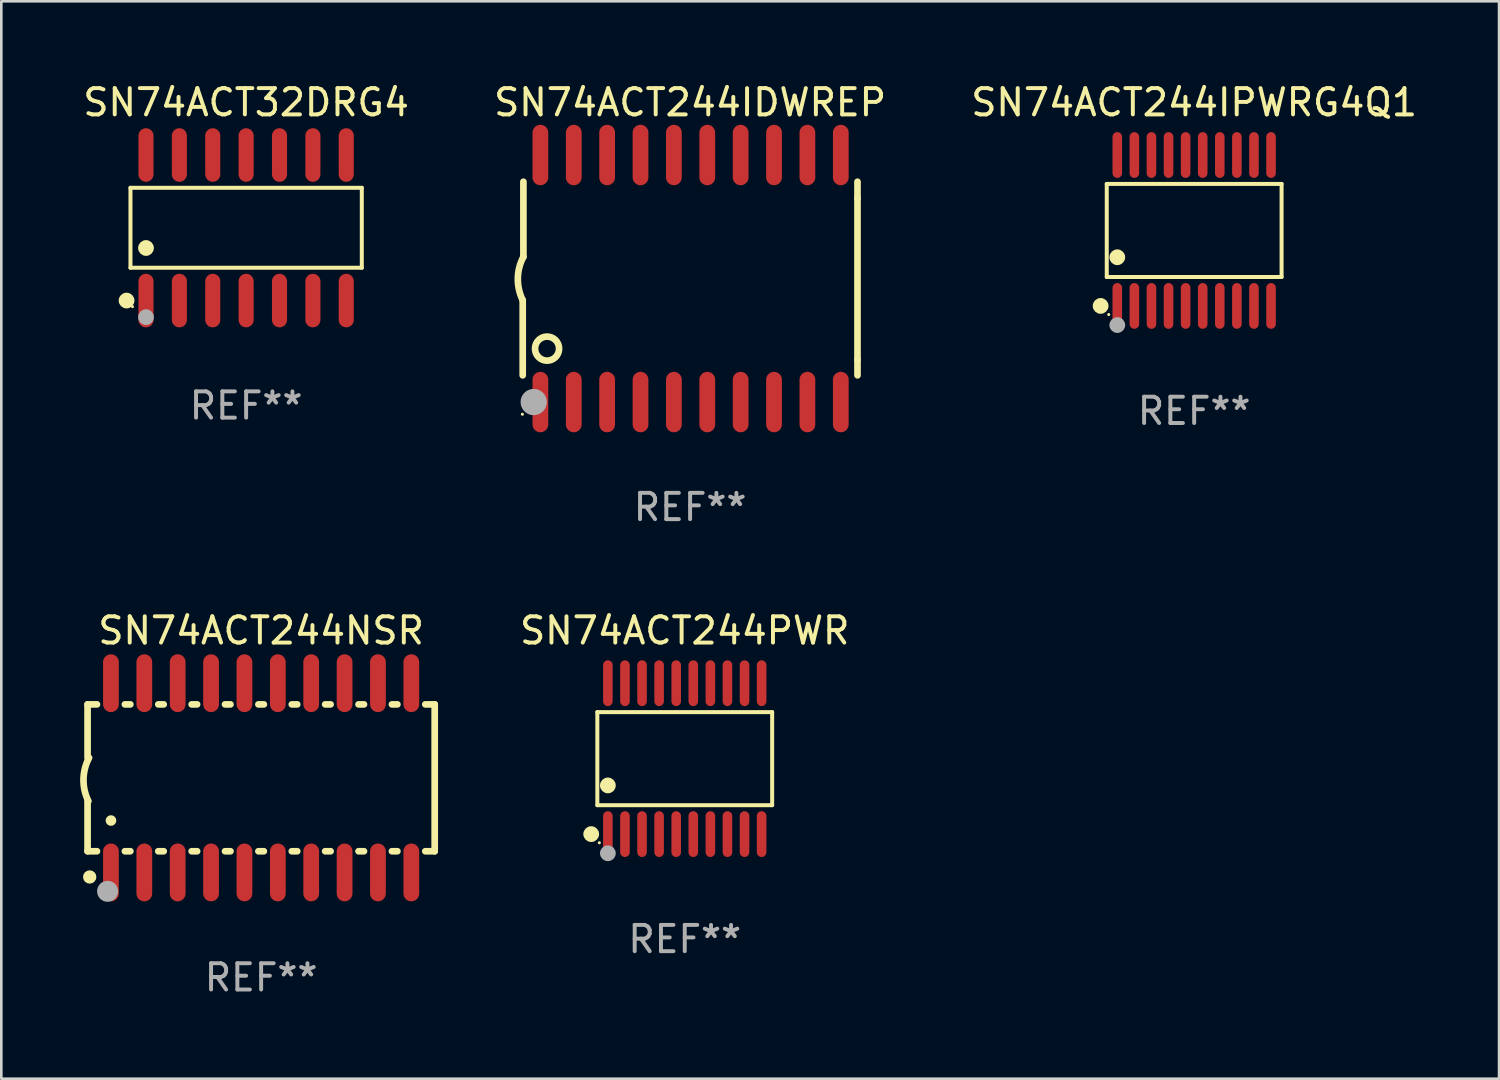
<source format=kicad_pcb>
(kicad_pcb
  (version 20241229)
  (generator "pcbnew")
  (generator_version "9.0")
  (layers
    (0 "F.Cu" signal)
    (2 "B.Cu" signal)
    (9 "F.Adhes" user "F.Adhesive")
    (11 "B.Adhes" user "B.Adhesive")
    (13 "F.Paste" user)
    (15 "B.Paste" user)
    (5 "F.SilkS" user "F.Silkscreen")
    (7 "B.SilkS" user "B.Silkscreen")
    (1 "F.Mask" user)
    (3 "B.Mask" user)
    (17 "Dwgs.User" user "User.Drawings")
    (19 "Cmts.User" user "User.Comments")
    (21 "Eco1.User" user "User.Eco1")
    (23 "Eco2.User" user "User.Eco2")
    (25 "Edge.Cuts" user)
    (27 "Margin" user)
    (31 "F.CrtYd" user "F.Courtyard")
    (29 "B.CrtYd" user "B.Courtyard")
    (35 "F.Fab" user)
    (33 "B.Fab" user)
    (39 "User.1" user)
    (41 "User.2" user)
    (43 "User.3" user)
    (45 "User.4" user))
  (footprint "SN74ACT32DRG4"
    (layer "F.Cu")
    (at 6.315 5.617)
    (property "Reference" "SN74ACT32DRG4" (at 0 -4.769 0) (layer "F.SilkS") (effects (font (size 1 1) (thickness 0.15))))
    (attr through_hole)
    (fp_line (start -4.401 -1.521) (end 4.401 -1.521) (stroke (width 0.152) (type solid)) (layer "F.SilkS"))
    (fp_line (start -4.401 1.521) (end -4.401 -1.521) (stroke (width 0.152) (type solid)) (layer "F.SilkS"))
    (fp_line (start 4.401 -1.521) (end 4.401 1.521) (stroke (width 0.152) (type solid)) (layer "F.SilkS"))
    (fp_line (start 4.401 1.521) (end -4.401 1.521) (stroke (width 0.152) (type solid)) (layer "F.SilkS"))
    (fp_circle (center -4.549 2.769) (end -4.399 2.769) (stroke (width 0.3) (type solid)) (fill no) (layer "F.SilkS"))
    (fp_circle (center -4.325 3) (end -4.295 3) (stroke (width 0.06) (type solid)) (fill no) (layer "F.SilkS"))
    (fp_circle (center -3.81 0.769) (end -3.66 0.769) (stroke (width 0.3) (type solid)) (fill no) (layer "F.SilkS"))
    (fp_circle (center -3.81 3.4) (end -3.66 3.4) (stroke (width 0.3) (type solid)) (fill no) (layer "F.Fab"))
    (fp_text user "REF**" (at 0 6.769 0) (layer "F.Fab") (effects (font (size 1 1) (thickness 0.15))))
    (pad "1" smd oval (at -3.81 2.769) (size 0.574 2.038) (layers "F.Cu" "F.Mask" "F.Paste"))
    (pad "2" smd oval (at -2.54 2.769) (size 0.574 2.038) (layers "F.Cu" "F.Mask" "F.Paste"))
    (pad "3" smd oval (at -1.27 2.769) (size 0.574 2.038) (layers "F.Cu" "F.Mask" "F.Paste"))
    (pad "4" smd oval (at 0 2.769) (size 0.574 2.038) (layers "F.Cu" "F.Mask" "F.Paste"))
    (pad "5" smd oval (at 1.27 2.769) (size 0.574 2.038) (layers "F.Cu" "F.Mask" "F.Paste"))
    (pad "6" smd oval (at 2.54 2.769) (size 0.574 2.038) (layers "F.Cu" "F.Mask" "F.Paste"))
    (pad "7" smd oval (at 3.81 2.769) (size 0.574 2.038) (layers "F.Cu" "F.Mask" "F.Paste"))
    (pad "8" smd oval (at 3.81 -2.769) (size 0.574 2.038) (layers "F.Cu" "F.Mask" "F.Paste"))
    (pad "9" smd oval (at 2.54 -2.769) (size 0.574 2.038) (layers "F.Cu" "F.Mask" "F.Paste"))
    (pad "10" smd oval (at 1.27 -2.769) (size 0.574 2.038) (layers "F.Cu" "F.Mask" "F.Paste"))
    (pad "11" smd oval (at 0 -2.769) (size 0.574 2.038) (layers "F.Cu" "F.Mask" "F.Paste"))
    (pad "12" smd oval (at -1.27 -2.769) (size 0.574 2.038) (layers "F.Cu" "F.Mask" "F.Paste"))
    (pad "13" smd oval (at -2.54 -2.769) (size 0.574 2.038) (layers "F.Cu" "F.Mask" "F.Paste"))
    (pad "14" smd oval (at -3.81 -2.769) (size 0.574 2.038) (layers "F.Cu" "F.Mask" "F.Paste")))
  (footprint "SN74ACT244IDWREP"
    (layer "F.Cu")
    (at 23.208 7.548)
    (property "Reference" "SN74ACT244IDWREP" (at 0 -6.7 0) (layer "F.SilkS") (effects (font (size 1 1) (thickness 0.15))))
    (attr through_hole)
    (fp_line (start -6.369 0.826) (end -6.369 3.683) (stroke (width 0.254) (type solid)) (layer "F.SilkS"))
    (fp_line (start -6.343 -0.825) (end -6.343 -3.683) (stroke (width 0.254) (type solid)) (layer "F.SilkS"))
    (fp_line (start 6.369 -3.048) (end 6.369 -3.683) (stroke (width 0.254) (type solid)) (layer "F.SilkS"))
    (fp_line (start 6.369 -3.048) (end 6.369 3.096) (stroke (width 0.254) (type solid)) (layer "F.SilkS"))
    (fp_line (start 6.369 3.096) (end 6.369 3.683) (stroke (width 0.254) (type solid)) (layer "F.SilkS"))
    (fp_arc (start -6.36853 0.825552) (mid -6.554743 -0.00301) (end -6.343129 -0.825451) (stroke (width 0.254001) (type solid)) (layer "F.SilkS"))
    (fp_circle (center -6.382 5.163) (end -6.352 5.163) (stroke (width 0.06) (type solid)) (fill no) (layer "F.SilkS"))
    (fp_circle (center -5.443 2.667) (end -4.985 2.667) (stroke (width 0.254) (type solid)) (fill no) (layer "F.SilkS"))
    (fp_circle (center -5.951 4.699) (end -5.701 4.699) (stroke (width 0.5) (type solid)) (fill no) (layer "F.Fab"))
    (fp_text user "REF**" (at 0 8.7 0) (layer "F.Fab") (effects (font (size 1 1) (thickness 0.15))))
    (pad "1" smd oval (at -5.697 4.7 180) (size 0.6 2.3) (layers "F.Cu" "F.Mask" "F.Paste"))
    (pad "2" smd oval (at -4.427 4.7 180) (size 0.6 2.3) (layers "F.Cu" "F.Mask" "F.Paste"))
    (pad "3" smd oval (at -3.157 4.7 180) (size 0.6 2.3) (layers "F.Cu" "F.Mask" "F.Paste"))
    (pad "4" smd oval (at -1.887 4.7 180) (size 0.6 2.3) (layers "F.Cu" "F.Mask" "F.Paste"))
    (pad "5" smd oval (at -0.617 4.7 180) (size 0.6 2.3) (layers "F.Cu" "F.Mask" "F.Paste"))
    (pad "6" smd oval (at 0.653 4.7 180) (size 0.6 2.3) (layers "F.Cu" "F.Mask" "F.Paste"))
    (pad "7" smd oval (at 1.923 4.7 180) (size 0.6 2.3) (layers "F.Cu" "F.Mask" "F.Paste"))
    (pad "8" smd oval (at 3.193 4.7 180) (size 0.6 2.3) (layers "F.Cu" "F.Mask" "F.Paste"))
    (pad "9" smd oval (at 4.463 4.7 180) (size 0.6 2.3) (layers "F.Cu" "F.Mask" "F.Paste"))
    (pad "10" smd oval (at 5.734 4.7 180) (size 0.6 2.3) (layers "F.Cu" "F.Mask" "F.Paste"))
    (pad "11" smd oval (at 5.734 -4.7 180) (size 0.6 2.3) (layers "F.Cu" "F.Mask" "F.Paste"))
    (pad "12" smd oval (at 4.463 -4.7 180) (size 0.6 2.3) (layers "F.Cu" "F.Mask" "F.Paste"))
    (pad "13" smd oval (at 3.193 -4.7 180) (size 0.6 2.3) (layers "F.Cu" "F.Mask" "F.Paste"))
    (pad "14" smd oval (at 1.923 -4.7 180) (size 0.6 2.3) (layers "F.Cu" "F.Mask" "F.Paste"))
    (pad "15" smd oval (at 0.653 -4.7 180) (size 0.6 2.3) (layers "F.Cu" "F.Mask" "F.Paste"))
    (pad "16" smd oval (at -0.617 -4.7 180) (size 0.6 2.3) (layers "F.Cu" "F.Mask" "F.Paste"))
    (pad "17" smd oval (at -1.887 -4.7 180) (size 0.6 2.3) (layers "F.Cu" "F.Mask" "F.Paste"))
    (pad "18" smd oval (at -3.157 -4.7 180) (size 0.6 2.3) (layers "F.Cu" "F.Mask" "F.Paste"))
    (pad "19" smd oval (at -4.427 -4.7 180) (size 0.6 2.3) (layers "F.Cu" "F.Mask" "F.Paste"))
    (pad "20" smd oval (at -5.697 -4.7 180) (size 0.6 2.3) (layers "F.Cu" "F.Mask" "F.Paste")))
  (footprint "SN74ACT244PWR"
    (layer "F.Cu")
    (at 23.004 25.816)
    (property "Reference" "SN74ACT244PWR" (at 0 -4.871 0) (layer "F.SilkS") (effects (font (size 1 1) (thickness 0.15))))
    (attr through_hole)
    (fp_line (start -3.326 -1.771) (end 3.326 -1.771) (stroke (width 0.152) (type solid)) (layer "F.SilkS"))
    (fp_line (start -3.326 1.771) (end -3.326 -1.771) (stroke (width 0.152) (type solid)) (layer "F.SilkS"))
    (fp_line (start 3.326 -1.771) (end 3.326 1.771) (stroke (width 0.152) (type solid)) (layer "F.SilkS"))
    (fp_line (start 3.326 1.771) (end -3.326 1.771) (stroke (width 0.152) (type solid)) (layer "F.SilkS"))
    (fp_circle (center -3.559 2.871) (end -3.409 2.871) (stroke (width 0.3) (type solid)) (fill no) (layer "F.SilkS"))
    (fp_circle (center -3.25 3.2) (end -3.22 3.2) (stroke (width 0.06) (type solid)) (fill no) (layer "F.SilkS"))
    (fp_circle (center -2.925 1.019) (end -2.775 1.019) (stroke (width 0.3) (type solid)) (fill no) (layer "F.SilkS"))
    (fp_circle (center -2.925 3.6) (end -2.775 3.6) (stroke (width 0.3) (type solid)) (fill no) (layer "F.Fab"))
    (fp_text user "REF**" (at 0 6.871 0) (layer "F.Fab") (effects (font (size 1 1) (thickness 0.15))))
    (pad "1" smd oval (at -2.925 2.871) (size 0.364 1.742) (layers "F.Cu" "F.Mask" "F.Paste"))
    (pad "2" smd oval (at -2.275 2.871) (size 0.364 1.742) (layers "F.Cu" "F.Mask" "F.Paste"))
    (pad "3" smd oval (at -1.625 2.871) (size 0.364 1.742) (layers "F.Cu" "F.Mask" "F.Paste"))
    (pad "4" smd oval (at -0.975 2.871) (size 0.364 1.742) (layers "F.Cu" "F.Mask" "F.Paste"))
    (pad "5" smd oval (at -0.325 2.871) (size 0.364 1.742) (layers "F.Cu" "F.Mask" "F.Paste"))
    (pad "6" smd oval (at 0.325 2.871) (size 0.364 1.742) (layers "F.Cu" "F.Mask" "F.Paste"))
    (pad "7" smd oval (at 0.975 2.871) (size 0.364 1.742) (layers "F.Cu" "F.Mask" "F.Paste"))
    (pad "8" smd oval (at 1.625 2.871) (size 0.364 1.742) (layers "F.Cu" "F.Mask" "F.Paste"))
    (pad "9" smd oval (at 2.275 2.871) (size 0.364 1.742) (layers "F.Cu" "F.Mask" "F.Paste"))
    (pad "10" smd oval (at 2.925 2.871) (size 0.364 1.742) (layers "F.Cu" "F.Mask" "F.Paste"))
    (pad "11" smd oval (at 2.925 -2.871) (size 0.364 1.742) (layers "F.Cu" "F.Mask" "F.Paste"))
    (pad "12" smd oval (at 2.275 -2.871) (size 0.364 1.742) (layers "F.Cu" "F.Mask" "F.Paste"))
    (pad "13" smd oval (at 1.625 -2.871) (size 0.364 1.742) (layers "F.Cu" "F.Mask" "F.Paste"))
    (pad "14" smd oval (at 0.975 -2.871) (size 0.364 1.742) (layers "F.Cu" "F.Mask" "F.Paste"))
    (pad "15" smd oval (at 0.325 -2.871) (size 0.364 1.742) (layers "F.Cu" "F.Mask" "F.Paste"))
    (pad "16" smd oval (at -0.325 -2.871) (size 0.364 1.742) (layers "F.Cu" "F.Mask" "F.Paste"))
    (pad "17" smd oval (at -0.975 -2.871) (size 0.364 1.742) (layers "F.Cu" "F.Mask" "F.Paste"))
    (pad "18" smd oval (at -1.625 -2.871) (size 0.364 1.742) (layers "F.Cu" "F.Mask" "F.Paste"))
    (pad "19" smd oval (at -2.275 -2.871) (size 0.364 1.742) (layers "F.Cu" "F.Mask" "F.Paste"))
    (pad "20" smd oval (at -2.925 -2.871) (size 0.364 1.742) (layers "F.Cu" "F.Mask" "F.Paste")))
  (footprint "SN74ACT244NSR"
    (layer "F.Cu")
    (at 6.886 26.545)
    (property "Reference" "SN74ACT244NSR" (at 0 -5.6 0) (layer "F.SilkS") (effects (font (size 1 1) (thickness 0.15))))
    (attr through_hole)
    (fp_line (start -6.604 -2.794) (end -6.246 -2.794) (stroke (width 0.254) (type solid)) (layer "F.SilkS"))
    (fp_line (start -6.604 -0.762) (end -6.604 -2.794) (stroke (width 0.254) (type solid)) (layer "F.SilkS"))
    (fp_line (start -6.604 2.794) (end -6.604 0.889) (stroke (width 0.254) (type solid)) (layer "F.SilkS"))
    (fp_line (start -6.246 2.794) (end -6.604 2.794) (stroke (width 0.254) (type solid)) (layer "F.SilkS"))
    (fp_line (start -5.184 -2.794) (end -4.976 -2.794) (stroke (width 0.254) (type solid)) (layer "F.SilkS"))
    (fp_line (start -4.976 2.794) (end -5.184 2.794) (stroke (width 0.254) (type solid)) (layer "F.SilkS"))
    (fp_line (start -3.914 -2.794) (end -3.706 -2.794) (stroke (width 0.254) (type solid)) (layer "F.SilkS"))
    (fp_line (start -3.706 2.794) (end -3.914 2.794) (stroke (width 0.254) (type solid)) (layer "F.SilkS"))
    (fp_line (start -2.644 -2.794) (end -2.436 -2.794) (stroke (width 0.254) (type solid)) (layer "F.SilkS"))
    (fp_line (start -2.436 2.794) (end -2.644 2.794) (stroke (width 0.254) (type solid)) (layer "F.SilkS"))
    (fp_line (start -1.374 -2.794) (end -1.166 -2.794) (stroke (width 0.254) (type solid)) (layer "F.SilkS"))
    (fp_line (start -1.166 2.794) (end -1.374 2.794) (stroke (width 0.254) (type solid)) (layer "F.SilkS"))
    (fp_line (start -0.104 -2.794) (end 0.104 -2.794) (stroke (width 0.254) (type solid)) (layer "F.SilkS"))
    (fp_line (start 0.104 2.794) (end -0.104 2.794) (stroke (width 0.254) (type solid)) (layer "F.SilkS"))
    (fp_line (start 1.166 -2.794) (end 1.374 -2.794) (stroke (width 0.254) (type solid)) (layer "F.SilkS"))
    (fp_line (start 1.374 2.794) (end 1.166 2.794) (stroke (width 0.254) (type solid)) (layer "F.SilkS"))
    (fp_line (start 2.436 -2.794) (end 2.644 -2.794) (stroke (width 0.254) (type solid)) (layer "F.SilkS"))
    (fp_line (start 2.644 2.794) (end 2.436 2.794) (stroke (width 0.254) (type solid)) (layer "F.SilkS"))
    (fp_line (start 3.706 -2.794) (end 3.914 -2.794) (stroke (width 0.254) (type solid)) (layer "F.SilkS"))
    (fp_line (start 3.914 2.794) (end 3.706 2.794) (stroke (width 0.254) (type solid)) (layer "F.SilkS"))
    (fp_line (start 4.976 -2.794) (end 5.184 -2.794) (stroke (width 0.254) (type solid)) (layer "F.SilkS"))
    (fp_line (start 5.184 2.794) (end 4.976 2.794) (stroke (width 0.254) (type solid)) (layer "F.SilkS"))
    (fp_line (start 6.246 -2.794) (end 6.604 -2.794) (stroke (width 0.254) (type solid)) (layer "F.SilkS"))
    (fp_line (start 6.604 -2.794) (end 6.604 2.794) (stroke (width 0.254) (type solid)) (layer "F.SilkS"))
    (fp_line (start 6.604 2.794) (end 6.246 2.794) (stroke (width 0.254) (type solid)) (layer "F.SilkS"))
    (fp_arc (start -6.572821 0.889028) (mid -6.759035 0.060466) (end -6.547422 -0.761976) (stroke (width 0.254001) (type solid)) (layer "F.SilkS"))
    (fp_arc (start -6.570993 3.749047) (mid -6.569723 3.749042) (end -6.568453 3.749047) (stroke (width 0.3) (type solid)) (layer "F.SilkS"))
    (fp_arc (start -5.715011 1.625603) (mid -5.713741 1.625599) (end -5.712471 1.625603) (stroke (width 0.4) (type solid)) (layer "F.SilkS"))
    (fp_circle (center -6.523 3.773) (end -6.396 3.773) (stroke (width 0.254) (type solid)) (fill no) (layer "F.SilkS"))
    (fp_circle (center -5.842 4.318) (end -5.642 4.318) (stroke (width 0.4) (type solid)) (fill no) (layer "F.Fab"))
    (fp_text user "REF**" (at 0 7.6 0) (layer "F.Fab") (effects (font (size 1 1) (thickness 0.15))))
    (pad "1" smd oval (at -5.715 3.6) (size 0.6 2.2) (layers "F.Cu" "F.Mask" "F.Paste"))
    (pad "2" smd oval (at -4.445 3.6) (size 0.6 2.2) (layers "F.Cu" "F.Mask" "F.Paste"))
    (pad "3" smd oval (at -3.175 3.6) (size 0.6 2.2) (layers "F.Cu" "F.Mask" "F.Paste"))
    (pad "4" smd oval (at -1.905 3.6) (size 0.6 2.2) (layers "F.Cu" "F.Mask" "F.Paste"))
    (pad "5" smd oval (at -0.635 3.6) (size 0.6 2.2) (layers "F.Cu" "F.Mask" "F.Paste"))
    (pad "6" smd oval (at 0.635 3.6) (size 0.6 2.2) (layers "F.Cu" "F.Mask" "F.Paste"))
    (pad "7" smd oval (at 1.905 3.6) (size 0.6 2.2) (layers "F.Cu" "F.Mask" "F.Paste"))
    (pad "8" smd oval (at 3.175 3.6) (size 0.6 2.2) (layers "F.Cu" "F.Mask" "F.Paste"))
    (pad "9" smd oval (at 4.445 3.6) (size 0.6 2.2) (layers "F.Cu" "F.Mask" "F.Paste"))
    (pad "10" smd oval (at 5.715 3.6) (size 0.6 2.2) (layers "F.Cu" "F.Mask" "F.Paste"))
    (pad "11" smd oval (at 5.715 -3.6 180) (size 0.6 2.2) (layers "F.Cu" "F.Mask" "F.Paste"))
    (pad "12" smd oval (at 4.445 -3.6 180) (size 0.6 2.2) (layers "F.Cu" "F.Mask" "F.Paste"))
    (pad "13" smd oval (at 3.175 -3.6 180) (size 0.6 2.2) (layers "F.Cu" "F.Mask" "F.Paste"))
    (pad "14" smd oval (at 1.905 -3.6 180) (size 0.6 2.2) (layers "F.Cu" "F.Mask" "F.Paste"))
    (pad "15" smd oval (at 0.635 -3.6 180) (size 0.6 2.2) (layers "F.Cu" "F.Mask" "F.Paste"))
    (pad "16" smd oval (at -0.635 -3.6 180) (size 0.6 2.2) (layers "F.Cu" "F.Mask" "F.Paste"))
    (pad "17" smd oval (at -1.905 -3.6 180) (size 0.6 2.2) (layers "F.Cu" "F.Mask" "F.Paste"))
    (pad "18" smd oval (at -3.175 -3.6 180) (size 0.6 2.2) (layers "F.Cu" "F.Mask" "F.Paste"))
    (pad "19" smd oval (at -4.445 -3.6 180) (size 0.6 2.2) (layers "F.Cu" "F.Mask" "F.Paste"))
    (pad "20" smd oval (at -5.715 -3.6 180) (size 0.6 2.2) (layers "F.Cu" "F.Mask" "F.Paste")))
  (footprint "SN74ACT244IPWRG4Q1"
    (layer "F.Cu")
    (at 42.387 5.719)
    (property "Reference" "SN74ACT244IPWRG4Q1" (at 0 -4.871 0) (layer "F.SilkS") (effects (font (size 1 1) (thickness 0.15))))
    (attr through_hole)
    (fp_line (start -3.326 -1.771) (end 3.326 -1.771) (stroke (width 0.152) (type solid)) (layer "F.SilkS"))
    (fp_line (start -3.326 1.771) (end -3.326 -1.771) (stroke (width 0.152) (type solid)) (layer "F.SilkS"))
    (fp_line (start 3.326 -1.771) (end 3.326 1.771) (stroke (width 0.152) (type solid)) (layer "F.SilkS"))
    (fp_line (start 3.326 1.771) (end -3.326 1.771) (stroke (width 0.152) (type solid)) (layer "F.SilkS"))
    (fp_circle (center -3.559 2.871) (end -3.409 2.871) (stroke (width 0.3) (type solid)) (fill no) (layer "F.SilkS"))
    (fp_circle (center -3.25 3.2) (end -3.22 3.2) (stroke (width 0.06) (type solid)) (fill no) (layer "F.SilkS"))
    (fp_circle (center -2.925 1.019) (end -2.775 1.019) (stroke (width 0.3) (type solid)) (fill no) (layer "F.SilkS"))
    (fp_circle (center -2.925 3.6) (end -2.775 3.6) (stroke (width 0.3) (type solid)) (fill no) (layer "F.Fab"))
    (fp_text user "REF**" (at 0 6.871 0) (layer "F.Fab") (effects (font (size 1 1) (thickness 0.15))))
    (pad "1" smd oval (at -2.925 2.871) (size 0.364 1.742) (layers "F.Cu" "F.Mask" "F.Paste"))
    (pad "2" smd oval (at -2.275 2.871) (size 0.364 1.742) (layers "F.Cu" "F.Mask" "F.Paste"))
    (pad "3" smd oval (at -1.625 2.871) (size 0.364 1.742) (layers "F.Cu" "F.Mask" "F.Paste"))
    (pad "4" smd oval (at -0.975 2.871) (size 0.364 1.742) (layers "F.Cu" "F.Mask" "F.Paste"))
    (pad "5" smd oval (at -0.325 2.871) (size 0.364 1.742) (layers "F.Cu" "F.Mask" "F.Paste"))
    (pad "6" smd oval (at 0.325 2.871) (size 0.364 1.742) (layers "F.Cu" "F.Mask" "F.Paste"))
    (pad "7" smd oval (at 0.975 2.871) (size 0.364 1.742) (layers "F.Cu" "F.Mask" "F.Paste"))
    (pad "8" smd oval (at 1.625 2.871) (size 0.364 1.742) (layers "F.Cu" "F.Mask" "F.Paste"))
    (pad "9" smd oval (at 2.275 2.871) (size 0.364 1.742) (layers "F.Cu" "F.Mask" "F.Paste"))
    (pad "10" smd oval (at 2.925 2.871) (size 0.364 1.742) (layers "F.Cu" "F.Mask" "F.Paste"))
    (pad "11" smd oval (at 2.925 -2.871) (size 0.364 1.742) (layers "F.Cu" "F.Mask" "F.Paste"))
    (pad "12" smd oval (at 2.275 -2.871) (size 0.364 1.742) (layers "F.Cu" "F.Mask" "F.Paste"))
    (pad "13" smd oval (at 1.625 -2.871) (size 0.364 1.742) (layers "F.Cu" "F.Mask" "F.Paste"))
    (pad "14" smd oval (at 0.975 -2.871) (size 0.364 1.742) (layers "F.Cu" "F.Mask" "F.Paste"))
    (pad "15" smd oval (at 0.325 -2.871) (size 0.364 1.742) (layers "F.Cu" "F.Mask" "F.Paste"))
    (pad "16" smd oval (at -0.325 -2.871) (size 0.364 1.742) (layers "F.Cu" "F.Mask" "F.Paste"))
    (pad "17" smd oval (at -0.975 -2.871) (size 0.364 1.742) (layers "F.Cu" "F.Mask" "F.Paste"))
    (pad "18" smd oval (at -1.625 -2.871) (size 0.364 1.742) (layers "F.Cu" "F.Mask" "F.Paste"))
    (pad "19" smd oval (at -2.275 -2.871) (size 0.364 1.742) (layers "F.Cu" "F.Mask" "F.Paste"))
    (pad "20" smd oval (at -2.925 -2.871) (size 0.364 1.742) (layers "F.Cu" "F.Mask" "F.Paste")))
  (gr_rect
    (start -3 -3)
    (end 53.988 37.993)
    (stroke (width 0.1) (type default))
    (fill no)
    (layer "Edge.Cuts")))
</source>
